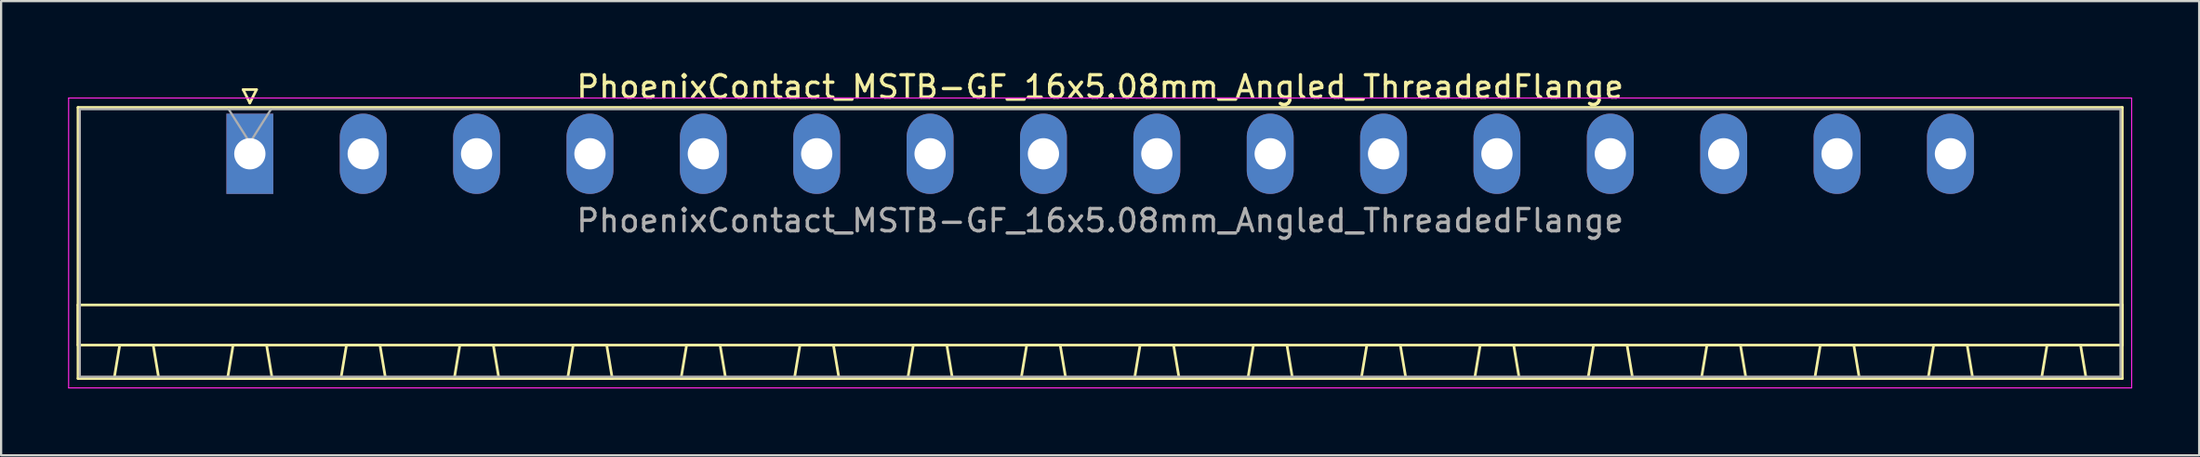
<source format=kicad_pcb>
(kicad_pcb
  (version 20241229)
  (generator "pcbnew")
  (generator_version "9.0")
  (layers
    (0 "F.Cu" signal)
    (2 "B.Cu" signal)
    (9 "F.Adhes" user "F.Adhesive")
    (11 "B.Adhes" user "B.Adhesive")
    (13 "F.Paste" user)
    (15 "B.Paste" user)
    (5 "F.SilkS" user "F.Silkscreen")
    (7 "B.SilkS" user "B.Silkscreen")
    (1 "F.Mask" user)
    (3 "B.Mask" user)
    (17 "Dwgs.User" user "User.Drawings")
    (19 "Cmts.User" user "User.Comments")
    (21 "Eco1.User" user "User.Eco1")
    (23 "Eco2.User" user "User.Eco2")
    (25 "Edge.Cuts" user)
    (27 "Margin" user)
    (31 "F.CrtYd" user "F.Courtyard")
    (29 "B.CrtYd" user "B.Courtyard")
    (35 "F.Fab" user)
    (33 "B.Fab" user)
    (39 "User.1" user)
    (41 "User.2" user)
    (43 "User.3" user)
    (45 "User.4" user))
  (footprint "PhoenixContact_MSTB-GF_16x5.08mm_Angled_ThreadedFlange"
    (layer "F.Cu")
    (at 8.145 3.848)
    (property "Reference" "PhoenixContact_MSTB-GF_16x5.08mm_Angled_ThreadedFlange" (at 38.1 -3 0) (layer "F.SilkS") (effects (font (size 1 1) (thickness 0.15))))
    (attr through_hole)
    (fp_line (start -7.7 -2.08) (end -7.7 10.08) (stroke (width 0.12) (type solid)) (layer "F.SilkS"))
    (fp_line (start -7.7 6.78) (end 83.9 6.78) (stroke (width 0.12) (type solid)) (layer "F.SilkS"))
    (fp_line (start -7.7 8.58) (end -7.7 6.78) (stroke (width 0.12) (type solid)) (layer "F.SilkS"))
    (fp_line (start -7.7 10.08) (end 83.9 10.08) (stroke (width 0.12) (type solid)) (layer "F.SilkS"))
    (fp_line (start -6.08 10.08) (end -4.08 10.08) (stroke (width 0.12) (type solid)) (layer "F.SilkS"))
    (fp_line (start -5.83 8.58) (end -6.08 10.08) (stroke (width 0.12) (type solid)) (layer "F.SilkS"))
    (fp_line (start -4.33 8.58) (end -5.83 8.58) (stroke (width 0.12) (type solid)) (layer "F.SilkS"))
    (fp_line (start -4.08 10.08) (end -4.33 8.58) (stroke (width 0.12) (type solid)) (layer "F.SilkS"))
    (fp_line (start -1 10.08) (end 1 10.08) (stroke (width 0.12) (type solid)) (layer "F.SilkS"))
    (fp_line (start -0.75 8.58) (end -1 10.08) (stroke (width 0.12) (type solid)) (layer "F.SilkS"))
    (fp_line (start -0.3 -2.88) (end 0.3 -2.88) (stroke (width 0.12) (type solid)) (layer "F.SilkS"))
    (fp_line (start 0 -2.28) (end -0.3 -2.88) (stroke (width 0.12) (type solid)) (layer "F.SilkS"))
    (fp_line (start 0.3 -2.88) (end 0 -2.28) (stroke (width 0.12) (type solid)) (layer "F.SilkS"))
    (fp_line (start 0.75 8.58) (end -0.75 8.58) (stroke (width 0.12) (type solid)) (layer "F.SilkS"))
    (fp_line (start 1 10.08) (end 0.75 8.58) (stroke (width 0.12) (type solid)) (layer "F.SilkS"))
    (fp_line (start 4.08 10.08) (end 6.08 10.08) (stroke (width 0.12) (type solid)) (layer "F.SilkS"))
    (fp_line (start 4.33 8.58) (end 4.08 10.08) (stroke (width 0.12) (type solid)) (layer "F.SilkS"))
    (fp_line (start 5.83 8.58) (end 4.33 8.58) (stroke (width 0.12) (type solid)) (layer "F.SilkS"))
    (fp_line (start 6.08 10.08) (end 5.83 8.58) (stroke (width 0.12) (type solid)) (layer "F.SilkS"))
    (fp_line (start 9.16 10.08) (end 11.16 10.08) (stroke (width 0.12) (type solid)) (layer "F.SilkS"))
    (fp_line (start 9.41 8.58) (end 9.16 10.08) (stroke (width 0.12) (type solid)) (layer "F.SilkS"))
    (fp_line (start 10.91 8.58) (end 9.41 8.58) (stroke (width 0.12) (type solid)) (layer "F.SilkS"))
    (fp_line (start 11.16 10.08) (end 10.91 8.58) (stroke (width 0.12) (type solid)) (layer "F.SilkS"))
    (fp_line (start 14.24 10.08) (end 16.24 10.08) (stroke (width 0.12) (type solid)) (layer "F.SilkS"))
    (fp_line (start 14.49 8.58) (end 14.24 10.08) (stroke (width 0.12) (type solid)) (layer "F.SilkS"))
    (fp_line (start 15.99 8.58) (end 14.49 8.58) (stroke (width 0.12) (type solid)) (layer "F.SilkS"))
    (fp_line (start 16.24 10.08) (end 15.99 8.58) (stroke (width 0.12) (type solid)) (layer "F.SilkS"))
    (fp_line (start 19.32 10.08) (end 21.32 10.08) (stroke (width 0.12) (type solid)) (layer "F.SilkS"))
    (fp_line (start 19.57 8.58) (end 19.32 10.08) (stroke (width 0.12) (type solid)) (layer "F.SilkS"))
    (fp_line (start 21.07 8.58) (end 19.57 8.58) (stroke (width 0.12) (type solid)) (layer "F.SilkS"))
    (fp_line (start 21.32 10.08) (end 21.07 8.58) (stroke (width 0.12) (type solid)) (layer "F.SilkS"))
    (fp_line (start 24.4 10.08) (end 26.4 10.08) (stroke (width 0.12) (type solid)) (layer "F.SilkS"))
    (fp_line (start 24.65 8.58) (end 24.4 10.08) (stroke (width 0.12) (type solid)) (layer "F.SilkS"))
    (fp_line (start 26.15 8.58) (end 24.65 8.58) (stroke (width 0.12) (type solid)) (layer "F.SilkS"))
    (fp_line (start 26.4 10.08) (end 26.15 8.58) (stroke (width 0.12) (type solid)) (layer "F.SilkS"))
    (fp_line (start 29.48 10.08) (end 31.48 10.08) (stroke (width 0.12) (type solid)) (layer "F.SilkS"))
    (fp_line (start 29.73 8.58) (end 29.48 10.08) (stroke (width 0.12) (type solid)) (layer "F.SilkS"))
    (fp_line (start 31.23 8.58) (end 29.73 8.58) (stroke (width 0.12) (type solid)) (layer "F.SilkS"))
    (fp_line (start 31.48 10.08) (end 31.23 8.58) (stroke (width 0.12) (type solid)) (layer "F.SilkS"))
    (fp_line (start 34.56 10.08) (end 36.56 10.08) (stroke (width 0.12) (type solid)) (layer "F.SilkS"))
    (fp_line (start 34.81 8.58) (end 34.56 10.08) (stroke (width 0.12) (type solid)) (layer "F.SilkS"))
    (fp_line (start 36.31 8.58) (end 34.81 8.58) (stroke (width 0.12) (type solid)) (layer "F.SilkS"))
    (fp_line (start 36.56 10.08) (end 36.31 8.58) (stroke (width 0.12) (type solid)) (layer "F.SilkS"))
    (fp_line (start 39.64 10.08) (end 41.64 10.08) (stroke (width 0.12) (type solid)) (layer "F.SilkS"))
    (fp_line (start 39.89 8.58) (end 39.64 10.08) (stroke (width 0.12) (type solid)) (layer "F.SilkS"))
    (fp_line (start 41.39 8.58) (end 39.89 8.58) (stroke (width 0.12) (type solid)) (layer "F.SilkS"))
    (fp_line (start 41.64 10.08) (end 41.39 8.58) (stroke (width 0.12) (type solid)) (layer "F.SilkS"))
    (fp_line (start 44.72 10.08) (end 46.72 10.08) (stroke (width 0.12) (type solid)) (layer "F.SilkS"))
    (fp_line (start 44.97 8.58) (end 44.72 10.08) (stroke (width 0.12) (type solid)) (layer "F.SilkS"))
    (fp_line (start 46.47 8.58) (end 44.97 8.58) (stroke (width 0.12) (type solid)) (layer "F.SilkS"))
    (fp_line (start 46.72 10.08) (end 46.47 8.58) (stroke (width 0.12) (type solid)) (layer "F.SilkS"))
    (fp_line (start 49.8 10.08) (end 51.8 10.08) (stroke (width 0.12) (type solid)) (layer "F.SilkS"))
    (fp_line (start 50.05 8.58) (end 49.8 10.08) (stroke (width 0.12) (type solid)) (layer "F.SilkS"))
    (fp_line (start 51.55 8.58) (end 50.05 8.58) (stroke (width 0.12) (type solid)) (layer "F.SilkS"))
    (fp_line (start 51.8 10.08) (end 51.55 8.58) (stroke (width 0.12) (type solid)) (layer "F.SilkS"))
    (fp_line (start 54.88 10.08) (end 56.88 10.08) (stroke (width 0.12) (type solid)) (layer "F.SilkS"))
    (fp_line (start 55.13 8.58) (end 54.88 10.08) (stroke (width 0.12) (type solid)) (layer "F.SilkS"))
    (fp_line (start 56.63 8.58) (end 55.13 8.58) (stroke (width 0.12) (type solid)) (layer "F.SilkS"))
    (fp_line (start 56.88 10.08) (end 56.63 8.58) (stroke (width 0.12) (type solid)) (layer "F.SilkS"))
    (fp_line (start 59.96 10.08) (end 61.96 10.08) (stroke (width 0.12) (type solid)) (layer "F.SilkS"))
    (fp_line (start 60.21 8.58) (end 59.96 10.08) (stroke (width 0.12) (type solid)) (layer "F.SilkS"))
    (fp_line (start 61.71 8.58) (end 60.21 8.58) (stroke (width 0.12) (type solid)) (layer "F.SilkS"))
    (fp_line (start 61.96 10.08) (end 61.71 8.58) (stroke (width 0.12) (type solid)) (layer "F.SilkS"))
    (fp_line (start 65.04 10.08) (end 67.04 10.08) (stroke (width 0.12) (type solid)) (layer "F.SilkS"))
    (fp_line (start 65.29 8.58) (end 65.04 10.08) (stroke (width 0.12) (type solid)) (layer "F.SilkS"))
    (fp_line (start 66.79 8.58) (end 65.29 8.58) (stroke (width 0.12) (type solid)) (layer "F.SilkS"))
    (fp_line (start 67.04 10.08) (end 66.79 8.58) (stroke (width 0.12) (type solid)) (layer "F.SilkS"))
    (fp_line (start 70.12 10.08) (end 72.12 10.08) (stroke (width 0.12) (type solid)) (layer "F.SilkS"))
    (fp_line (start 70.37 8.58) (end 70.12 10.08) (stroke (width 0.12) (type solid)) (layer "F.SilkS"))
    (fp_line (start 71.87 8.58) (end 70.37 8.58) (stroke (width 0.12) (type solid)) (layer "F.SilkS"))
    (fp_line (start 72.12 10.08) (end 71.87 8.58) (stroke (width 0.12) (type solid)) (layer "F.SilkS"))
    (fp_line (start 75.2 10.08) (end 77.2 10.08) (stroke (width 0.12) (type solid)) (layer "F.SilkS"))
    (fp_line (start 75.45 8.58) (end 75.2 10.08) (stroke (width 0.12) (type solid)) (layer "F.SilkS"))
    (fp_line (start 76.95 8.58) (end 75.45 8.58) (stroke (width 0.12) (type solid)) (layer "F.SilkS"))
    (fp_line (start 77.2 10.08) (end 76.95 8.58) (stroke (width 0.12) (type solid)) (layer "F.SilkS"))
    (fp_line (start 80.28 10.08) (end 82.28 10.08) (stroke (width 0.12) (type solid)) (layer "F.SilkS"))
    (fp_line (start 80.53 8.58) (end 80.28 10.08) (stroke (width 0.12) (type solid)) (layer "F.SilkS"))
    (fp_line (start 82.03 8.58) (end 80.53 8.58) (stroke (width 0.12) (type solid)) (layer "F.SilkS"))
    (fp_line (start 82.28 10.08) (end 82.03 8.58) (stroke (width 0.12) (type solid)) (layer "F.SilkS"))
    (fp_line (start 83.9 -2.08) (end -7.7 -2.08) (stroke (width 0.12) (type solid)) (layer "F.SilkS"))
    (fp_line (start 83.9 6.78) (end 83.9 8.58) (stroke (width 0.12) (type solid)) (layer "F.SilkS"))
    (fp_line (start 83.9 8.58) (end -7.7 8.58) (stroke (width 0.12) (type solid)) (layer "F.SilkS"))
    (fp_line (start 83.9 10.08) (end 83.9 -2.08) (stroke (width 0.12) (type solid)) (layer "F.SilkS"))
    (fp_line (start -8.12 -2.5) (end -8.12 10.5) (stroke (width 0.05) (type solid)) (layer "F.CrtYd"))
    (fp_line (start -8.12 10.5) (end 84.32 10.5) (stroke (width 0.05) (type solid)) (layer "F.CrtYd"))
    (fp_line (start 84.32 -2.5) (end -8.12 -2.5) (stroke (width 0.05) (type solid)) (layer "F.CrtYd"))
    (fp_line (start 84.32 10.5) (end 84.32 -2.5) (stroke (width 0.05) (type solid)) (layer "F.CrtYd"))
    (fp_line (start -7.62 -2) (end -7.62 10) (stroke (width 0.1) (type solid)) (layer "F.Fab"))
    (fp_line (start -7.62 10) (end 83.82 10) (stroke (width 0.1) (type solid)) (layer "F.Fab"))
    (fp_line (start 0 -0.5) (end -0.95 -2) (stroke (width 0.1) (type solid)) (layer "F.Fab"))
    (fp_line (start 0.95 -2) (end 0 -0.5) (stroke (width 0.1) (type solid)) (layer "F.Fab"))
    (fp_line (start 83.82 -2) (end -7.62 -2) (stroke (width 0.1) (type solid)) (layer "F.Fab"))
    (fp_line (start 83.82 10) (end 83.82 -2) (stroke (width 0.1) (type solid)) (layer "F.Fab"))
    (fp_text user "${REFERENCE}" (at 38.1 3 0) (layer "F.Fab") (effects (font (size 1 1) (thickness 0.15))))
    (pad "1" thru_hole rect (at 0 0) (size 2.1 3.6) (drill 1.4) (layers "*.Cu" "*.Mask"))
    (pad "2" thru_hole oval (at 5.08 0) (size 2.1 3.6) (drill 1.4) (layers "*.Cu" "*.Mask"))
    (pad "3" thru_hole oval (at 10.16 0) (size 2.1 3.6) (drill 1.4) (layers "*.Cu" "*.Mask"))
    (pad "4" thru_hole oval (at 15.24 0) (size 2.1 3.6) (drill 1.4) (layers "*.Cu" "*.Mask"))
    (pad "5" thru_hole oval (at 20.32 0) (size 2.1 3.6) (drill 1.4) (layers "*.Cu" "*.Mask"))
    (pad "6" thru_hole oval (at 25.4 0) (size 2.1 3.6) (drill 1.4) (layers "*.Cu" "*.Mask"))
    (pad "7" thru_hole oval (at 30.48 0) (size 2.1 3.6) (drill 1.4) (layers "*.Cu" "*.Mask"))
    (pad "8" thru_hole oval (at 35.56 0) (size 2.1 3.6) (drill 1.4) (layers "*.Cu" "*.Mask"))
    (pad "9" thru_hole oval (at 40.64 0) (size 2.1 3.6) (drill 1.4) (layers "*.Cu" "*.Mask"))
    (pad "10" thru_hole oval (at 45.72 0) (size 2.1 3.6) (drill 1.4) (layers "*.Cu" "*.Mask"))
    (pad "11" thru_hole oval (at 50.8 0) (size 2.1 3.6) (drill 1.4) (layers "*.Cu" "*.Mask"))
    (pad "12" thru_hole oval (at 55.88 0) (size 2.1 3.6) (drill 1.4) (layers "*.Cu" "*.Mask"))
    (pad "13" thru_hole oval (at 60.96 0) (size 2.1 3.6) (drill 1.4) (layers "*.Cu" "*.Mask"))
    (pad "14" thru_hole oval (at 66.04 0) (size 2.1 3.6) (drill 1.4) (layers "*.Cu" "*.Mask"))
    (pad "15" thru_hole oval (at 71.12 0) (size 2.1 3.6) (drill 1.4) (layers "*.Cu" "*.Mask"))
    (pad "16" thru_hole oval (at 76.2 0) (size 2.1 3.6) (drill 1.4) (layers "*.Cu" "*.Mask")))
  (gr_rect
    (start -3 -3)
    (end 95.49 17.373)
    (stroke (width 0.1) (type default))
    (fill no)
    (layer "Edge.Cuts")))
</source>
